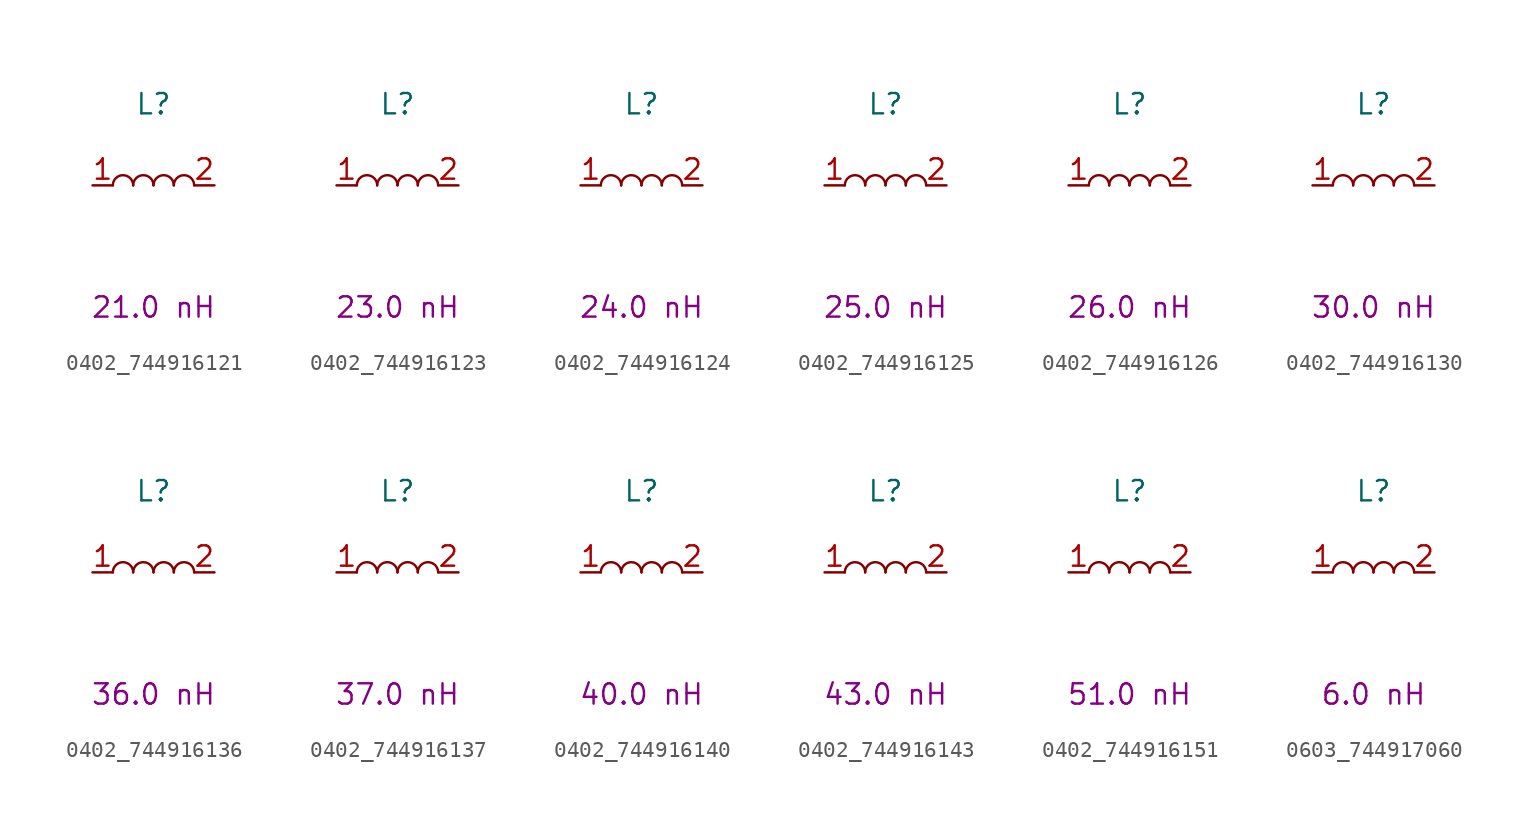
<source format=kicad_sym>
(kicad_symbol_lib
  (version 20220914)
  (generator kicad_symbol_editor)
  (symbol "0402_744916121"
    (pin_names hide)
    (property "Reference" "L"
      (at 0 5.08 0)
      (effects (font (size 1.27 1.27))))
    (property "Critical Parameter" "21.0 nH"
      (at 0 -7.62 0)
      (effects (font (size 1.27 1.27))))
    (symbol "0402_744916121_0_1"
      (arc (start -1.27 0) (mid -1.905 0.6323) (end -2.54 0) (stroke (width 0) (type default)) (fill (type none)))
      (arc (start 0 0) (mid -0.635 0.6323) (end -1.27 0) (stroke (width 0) (type default)) (fill (type none)))
      (arc (start 1.27 0) (mid 0.635 0.6323) (end 0 0) (stroke (width 0) (type default)) (fill (type none)))
      (arc (start 2.54 0) (mid 1.905 0.6323) (end 1.27 0) (stroke (width 0) (type default)) (fill (type none))))
    (symbol "0402_744916121_1_1"
      (pin passive line (at -3.81 0 0) (length 1.27) (name "1" (effects (font (size 1.27 1.27)))) (number "1" (effects (font (size 1.27 1.27)))))
      (pin passive line (at 3.81 0 180) (length 1.27) (name "2" (effects (font (size 1.27 1.27)))) (number "2" (effects (font (size 1.27 1.27)))))))
  (symbol "0402_744916123"
    (pin_names hide)
    (property "Reference" "L"
      (at 0 5.08 0)
      (effects (font (size 1.27 1.27))))
    (property "Critical Parameter" "23.0 nH"
      (at 0 -7.62 0)
      (effects (font (size 1.27 1.27))))
    (symbol "0402_744916123_0_1"
      (arc (start -1.27 0) (mid -1.905 0.6323) (end -2.54 0) (stroke (width 0) (type default)) (fill (type none)))
      (arc (start 0 0) (mid -0.635 0.6323) (end -1.27 0) (stroke (width 0) (type default)) (fill (type none)))
      (arc (start 1.27 0) (mid 0.635 0.6323) (end 0 0) (stroke (width 0) (type default)) (fill (type none)))
      (arc (start 2.54 0) (mid 1.905 0.6323) (end 1.27 0) (stroke (width 0) (type default)) (fill (type none))))
    (symbol "0402_744916123_1_1"
      (pin passive line (at -3.81 0 0) (length 1.27) (name "1" (effects (font (size 1.27 1.27)))) (number "1" (effects (font (size 1.27 1.27)))))
      (pin passive line (at 3.81 0 180) (length 1.27) (name "2" (effects (font (size 1.27 1.27)))) (number "2" (effects (font (size 1.27 1.27)))))))
  (symbol "0402_744916124"
    (pin_names hide)
    (property "Reference" "L"
      (at 0 5.08 0)
      (effects (font (size 1.27 1.27))))
    (property "Critical Parameter" "24.0 nH"
      (at 0 -7.62 0)
      (effects (font (size 1.27 1.27))))
    (symbol "0402_744916124_0_1"
      (arc (start -1.27 0) (mid -1.905 0.6323) (end -2.54 0) (stroke (width 0) (type default)) (fill (type none)))
      (arc (start 0 0) (mid -0.635 0.6323) (end -1.27 0) (stroke (width 0) (type default)) (fill (type none)))
      (arc (start 1.27 0) (mid 0.635 0.6323) (end 0 0) (stroke (width 0) (type default)) (fill (type none)))
      (arc (start 2.54 0) (mid 1.905 0.6323) (end 1.27 0) (stroke (width 0) (type default)) (fill (type none))))
    (symbol "0402_744916124_1_1"
      (pin passive line (at -3.81 0 0) (length 1.27) (name "1" (effects (font (size 1.27 1.27)))) (number "1" (effects (font (size 1.27 1.27)))))
      (pin passive line (at 3.81 0 180) (length 1.27) (name "2" (effects (font (size 1.27 1.27)))) (number "2" (effects (font (size 1.27 1.27)))))))
  (symbol "0402_744916125"
    (pin_names hide)
    (property "Reference" "L"
      (at 0 5.08 0)
      (effects (font (size 1.27 1.27))))
    (property "Critical Parameter" "25.0 nH"
      (at 0 -7.62 0)
      (effects (font (size 1.27 1.27))))
    (symbol "0402_744916125_0_1"
      (arc (start -1.27 0) (mid -1.905 0.6323) (end -2.54 0) (stroke (width 0) (type default)) (fill (type none)))
      (arc (start 0 0) (mid -0.635 0.6323) (end -1.27 0) (stroke (width 0) (type default)) (fill (type none)))
      (arc (start 1.27 0) (mid 0.635 0.6323) (end 0 0) (stroke (width 0) (type default)) (fill (type none)))
      (arc (start 2.54 0) (mid 1.905 0.6323) (end 1.27 0) (stroke (width 0) (type default)) (fill (type none))))
    (symbol "0402_744916125_1_1"
      (pin passive line (at -3.81 0 0) (length 1.27) (name "1" (effects (font (size 1.27 1.27)))) (number "1" (effects (font (size 1.27 1.27)))))
      (pin passive line (at 3.81 0 180) (length 1.27) (name "2" (effects (font (size 1.27 1.27)))) (number "2" (effects (font (size 1.27 1.27)))))))
  (symbol "0402_744916126"
    (pin_names hide)
    (property "Reference" "L"
      (at 0 5.08 0)
      (effects (font (size 1.27 1.27))))
    (property "Critical Parameter" "26.0 nH"
      (at 0 -7.62 0)
      (effects (font (size 1.27 1.27))))
    (symbol "0402_744916126_0_1"
      (arc (start -1.27 0) (mid -1.905 0.6323) (end -2.54 0) (stroke (width 0) (type default)) (fill (type none)))
      (arc (start 0 0) (mid -0.635 0.6323) (end -1.27 0) (stroke (width 0) (type default)) (fill (type none)))
      (arc (start 1.27 0) (mid 0.635 0.6323) (end 0 0) (stroke (width 0) (type default)) (fill (type none)))
      (arc (start 2.54 0) (mid 1.905 0.6323) (end 1.27 0) (stroke (width 0) (type default)) (fill (type none))))
    (symbol "0402_744916126_1_1"
      (pin passive line (at -3.81 0 0) (length 1.27) (name "1" (effects (font (size 1.27 1.27)))) (number "1" (effects (font (size 1.27 1.27)))))
      (pin passive line (at 3.81 0 180) (length 1.27) (name "2" (effects (font (size 1.27 1.27)))) (number "2" (effects (font (size 1.27 1.27)))))))
  (symbol "0402_744916130"
    (pin_names hide)
    (property "Reference" "L"
      (at 0 5.08 0)
      (effects (font (size 1.27 1.27))))
    (property "Critical Parameter" "30.0 nH"
      (at 0 -7.62 0)
      (effects (font (size 1.27 1.27))))
    (symbol "0402_744916130_0_1"
      (arc (start -1.27 0) (mid -1.905 0.6323) (end -2.54 0) (stroke (width 0) (type default)) (fill (type none)))
      (arc (start 0 0) (mid -0.635 0.6323) (end -1.27 0) (stroke (width 0) (type default)) (fill (type none)))
      (arc (start 1.27 0) (mid 0.635 0.6323) (end 0 0) (stroke (width 0) (type default)) (fill (type none)))
      (arc (start 2.54 0) (mid 1.905 0.6323) (end 1.27 0) (stroke (width 0) (type default)) (fill (type none))))
    (symbol "0402_744916130_1_1"
      (pin passive line (at -3.81 0 0) (length 1.27) (name "1" (effects (font (size 1.27 1.27)))) (number "1" (effects (font (size 1.27 1.27)))))
      (pin passive line (at 3.81 0 180) (length 1.27) (name "2" (effects (font (size 1.27 1.27)))) (number "2" (effects (font (size 1.27 1.27)))))))
  (symbol "0402_744916136"
    (pin_names hide)
    (property "Reference" "L"
      (at 0 5.08 0)
      (effects (font (size 1.27 1.27))))
    (property "Critical Parameter" "36.0 nH"
      (at 0 -7.62 0)
      (effects (font (size 1.27 1.27))))
    (symbol "0402_744916136_0_1"
      (arc (start -1.27 0) (mid -1.905 0.6323) (end -2.54 0) (stroke (width 0) (type default)) (fill (type none)))
      (arc (start 0 0) (mid -0.635 0.6323) (end -1.27 0) (stroke (width 0) (type default)) (fill (type none)))
      (arc (start 1.27 0) (mid 0.635 0.6323) (end 0 0) (stroke (width 0) (type default)) (fill (type none)))
      (arc (start 2.54 0) (mid 1.905 0.6323) (end 1.27 0) (stroke (width 0) (type default)) (fill (type none))))
    (symbol "0402_744916136_1_1"
      (pin passive line (at -3.81 0 0) (length 1.27) (name "1" (effects (font (size 1.27 1.27)))) (number "1" (effects (font (size 1.27 1.27)))))
      (pin passive line (at 3.81 0 180) (length 1.27) (name "2" (effects (font (size 1.27 1.27)))) (number "2" (effects (font (size 1.27 1.27)))))))
  (symbol "0402_744916137"
    (pin_names hide)
    (property "Reference" "L"
      (at 0 5.08 0)
      (effects (font (size 1.27 1.27))))
    (property "Critical Parameter" "37.0 nH"
      (at 0 -7.62 0)
      (effects (font (size 1.27 1.27))))
    (symbol "0402_744916137_0_1"
      (arc (start -1.27 0) (mid -1.905 0.6323) (end -2.54 0) (stroke (width 0) (type default)) (fill (type none)))
      (arc (start 0 0) (mid -0.635 0.6323) (end -1.27 0) (stroke (width 0) (type default)) (fill (type none)))
      (arc (start 1.27 0) (mid 0.635 0.6323) (end 0 0) (stroke (width 0) (type default)) (fill (type none)))
      (arc (start 2.54 0) (mid 1.905 0.6323) (end 1.27 0) (stroke (width 0) (type default)) (fill (type none))))
    (symbol "0402_744916137_1_1"
      (pin passive line (at -3.81 0 0) (length 1.27) (name "1" (effects (font (size 1.27 1.27)))) (number "1" (effects (font (size 1.27 1.27)))))
      (pin passive line (at 3.81 0 180) (length 1.27) (name "2" (effects (font (size 1.27 1.27)))) (number "2" (effects (font (size 1.27 1.27)))))))
  (symbol "0402_744916140"
    (pin_names hide)
    (property "Reference" "L"
      (at 0 5.08 0)
      (effects (font (size 1.27 1.27))))
    (property "Critical Parameter" "40.0 nH"
      (at 0 -7.62 0)
      (effects (font (size 1.27 1.27))))
    (symbol "0402_744916140_0_1"
      (arc (start -1.27 0) (mid -1.905 0.6323) (end -2.54 0) (stroke (width 0) (type default)) (fill (type none)))
      (arc (start 0 0) (mid -0.635 0.6323) (end -1.27 0) (stroke (width 0) (type default)) (fill (type none)))
      (arc (start 1.27 0) (mid 0.635 0.6323) (end 0 0) (stroke (width 0) (type default)) (fill (type none)))
      (arc (start 2.54 0) (mid 1.905 0.6323) (end 1.27 0) (stroke (width 0) (type default)) (fill (type none))))
    (symbol "0402_744916140_1_1"
      (pin passive line (at -3.81 0 0) (length 1.27) (name "1" (effects (font (size 1.27 1.27)))) (number "1" (effects (font (size 1.27 1.27)))))
      (pin passive line (at 3.81 0 180) (length 1.27) (name "2" (effects (font (size 1.27 1.27)))) (number "2" (effects (font (size 1.27 1.27)))))))
  (symbol "0402_744916143"
    (pin_names hide)
    (property "Reference" "L"
      (at 0 5.08 0)
      (effects (font (size 1.27 1.27))))
    (property "Critical Parameter" "43.0 nH"
      (at 0 -7.62 0)
      (effects (font (size 1.27 1.27))))
    (symbol "0402_744916143_0_1"
      (arc (start -1.27 0) (mid -1.905 0.6323) (end -2.54 0) (stroke (width 0) (type default)) (fill (type none)))
      (arc (start 0 0) (mid -0.635 0.6323) (end -1.27 0) (stroke (width 0) (type default)) (fill (type none)))
      (arc (start 1.27 0) (mid 0.635 0.6323) (end 0 0) (stroke (width 0) (type default)) (fill (type none)))
      (arc (start 2.54 0) (mid 1.905 0.6323) (end 1.27 0) (stroke (width 0) (type default)) (fill (type none))))
    (symbol "0402_744916143_1_1"
      (pin passive line (at -3.81 0 0) (length 1.27) (name "1" (effects (font (size 1.27 1.27)))) (number "1" (effects (font (size 1.27 1.27)))))
      (pin passive line (at 3.81 0 180) (length 1.27) (name "2" (effects (font (size 1.27 1.27)))) (number "2" (effects (font (size 1.27 1.27)))))))
  (symbol "0402_744916151"
    (pin_names hide)
    (property "Reference" "L"
      (at 0 5.08 0)
      (effects (font (size 1.27 1.27))))
    (property "Critical Parameter" "51.0 nH"
      (at 0 -7.62 0)
      (effects (font (size 1.27 1.27))))
    (symbol "0402_744916151_0_1"
      (arc (start -1.27 0) (mid -1.905 0.6323) (end -2.54 0) (stroke (width 0) (type default)) (fill (type none)))
      (arc (start 0 0) (mid -0.635 0.6323) (end -1.27 0) (stroke (width 0) (type default)) (fill (type none)))
      (arc (start 1.27 0) (mid 0.635 0.6323) (end 0 0) (stroke (width 0) (type default)) (fill (type none)))
      (arc (start 2.54 0) (mid 1.905 0.6323) (end 1.27 0) (stroke (width 0) (type default)) (fill (type none))))
    (symbol "0402_744916151_1_1"
      (pin passive line (at -3.81 0 0) (length 1.27) (name "1" (effects (font (size 1.27 1.27)))) (number "1" (effects (font (size 1.27 1.27)))))
      (pin passive line (at 3.81 0 180) (length 1.27) (name "2" (effects (font (size 1.27 1.27)))) (number "2" (effects (font (size 1.27 1.27)))))))
  (symbol "0603_744917060"
    (pin_names hide)
    (property "Reference" "L"
      (at 0 5.08 0)
      (effects (font (size 1.27 1.27))))
    (property "Critical Parameter" "6.0 nH"
      (at 0 -7.62 0)
      (effects (font (size 1.27 1.27))))
    (symbol "0603_744917060_0_1"
      (arc (start -1.27 0) (mid -1.905 0.6323) (end -2.54 0) (stroke (width 0) (type default)) (fill (type none)))
      (arc (start 0 0) (mid -0.635 0.6323) (end -1.27 0) (stroke (width 0) (type default)) (fill (type none)))
      (arc (start 1.27 0) (mid 0.635 0.6323) (end 0 0) (stroke (width 0) (type default)) (fill (type none)))
      (arc (start 2.54 0) (mid 1.905 0.6323) (end 1.27 0) (stroke (width 0) (type default)) (fill (type none))))
    (symbol "0603_744917060_1_1"
      (pin passive line (at -3.81 0 0) (length 1.27) (name "1" (effects (font (size 1.27 1.27)))) (number "1" (effects (font (size 1.27 1.27)))))
      (pin passive line (at 3.81 0 180) (length 1.27) (name "2" (effects (font (size 1.27 1.27)))) (number "2" (effects (font (size 1.27 1.27))))))))
</source>
